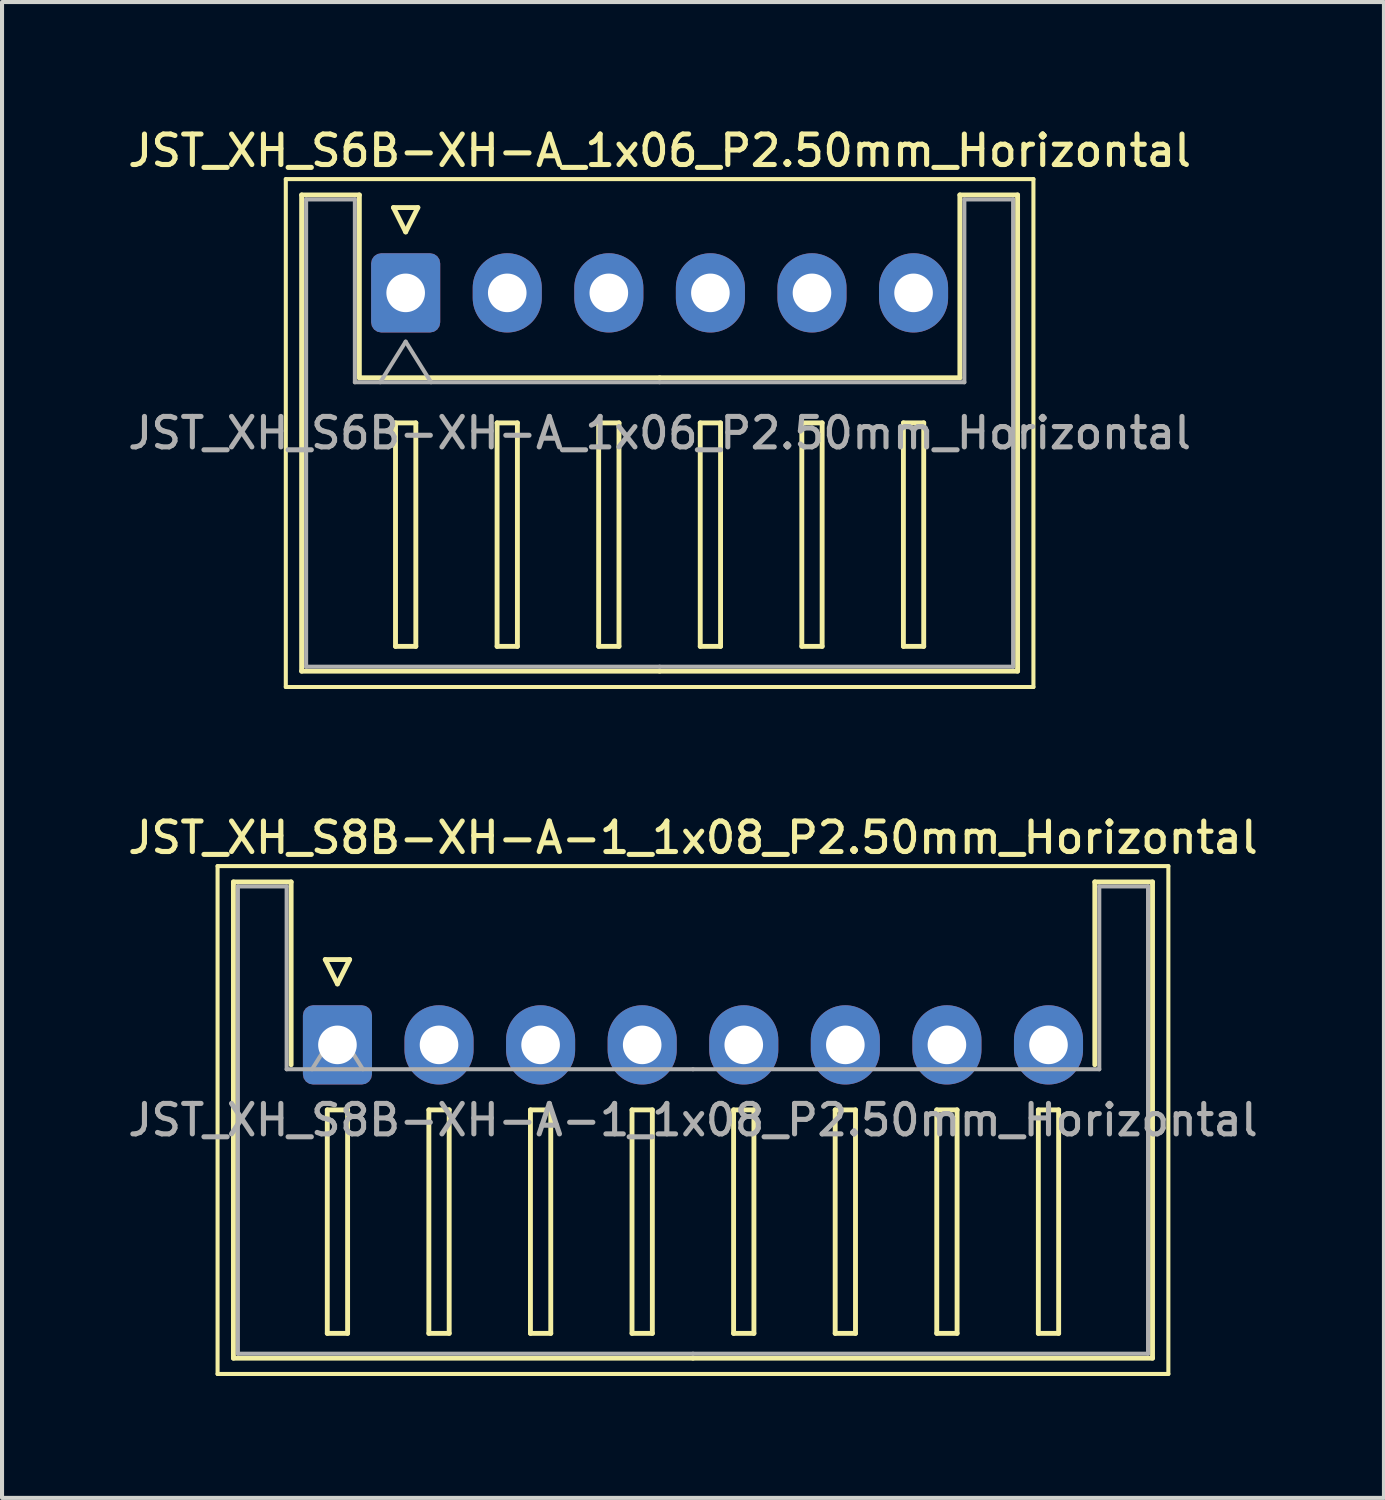
<source format=kicad_pcb>
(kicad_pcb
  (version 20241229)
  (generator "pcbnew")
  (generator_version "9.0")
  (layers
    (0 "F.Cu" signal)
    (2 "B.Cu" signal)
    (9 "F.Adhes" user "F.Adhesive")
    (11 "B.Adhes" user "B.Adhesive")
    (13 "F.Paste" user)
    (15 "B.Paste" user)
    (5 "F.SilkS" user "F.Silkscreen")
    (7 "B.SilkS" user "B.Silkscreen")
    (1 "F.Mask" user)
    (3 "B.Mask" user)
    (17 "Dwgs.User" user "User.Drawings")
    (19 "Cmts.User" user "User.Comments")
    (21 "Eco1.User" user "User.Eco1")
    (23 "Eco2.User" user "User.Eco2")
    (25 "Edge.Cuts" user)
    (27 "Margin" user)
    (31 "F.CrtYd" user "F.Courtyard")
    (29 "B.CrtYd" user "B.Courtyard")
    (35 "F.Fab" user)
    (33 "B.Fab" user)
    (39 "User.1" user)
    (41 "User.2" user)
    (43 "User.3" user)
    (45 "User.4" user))
  (footprint "JST_XH_S6B-XH-A_1x06_P2.50mm_Horizontal"
    (layer "F.Cu")
    (at 6.934 4.158)
    (property "Reference" "JST_XH_S6B-XH-A_1x06_P2.50mm_Horizontal" (at 6.25 -3.5 0) (layer "F.SilkS") (effects (font (size 0.75 0.75) (thickness 0.125))))
    (attr through_hole)
    (fp_line (start -2.95 -2.8) (end -2.95 9.7) (stroke (width 0.1) (type solid)) (layer "F.SilkS"))
    (fp_line (start -2.95 9.7) (end 15.45 9.7) (stroke (width 0.1) (type solid)) (layer "F.SilkS"))
    (fp_line (start -2.56 -2.41) (end -1.14 -2.41) (stroke (width 0.12) (type solid)) (layer "F.SilkS"))
    (fp_line (start -2.56 9.31) (end -2.56 -2.41) (stroke (width 0.12) (type solid)) (layer "F.SilkS"))
    (fp_line (start -1.14 -2.41) (end -1.14 2.09) (stroke (width 0.12) (type solid)) (layer "F.SilkS"))
    (fp_line (start -1.14 2.09) (end 6.25 2.09) (stroke (width 0.12) (type solid)) (layer "F.SilkS"))
    (fp_line (start -0.3 -2.1) (end 0.3 -2.1) (stroke (width 0.12) (type solid)) (layer "F.SilkS"))
    (fp_line (start -0.25 3.2) (end -0.25 8.7) (stroke (width 0.12) (type solid)) (layer "F.SilkS"))
    (fp_line (start -0.25 8.7) (end 0.25 8.7) (stroke (width 0.12) (type solid)) (layer "F.SilkS"))
    (fp_line (start 0 -1.5) (end -0.3 -2.1) (stroke (width 0.12) (type solid)) (layer "F.SilkS"))
    (fp_line (start 0.25 3.2) (end -0.25 3.2) (stroke (width 0.12) (type solid)) (layer "F.SilkS"))
    (fp_line (start 0.25 8.7) (end 0.25 3.2) (stroke (width 0.12) (type solid)) (layer "F.SilkS"))
    (fp_line (start 0.3 -2.1) (end 0 -1.5) (stroke (width 0.12) (type solid)) (layer "F.SilkS"))
    (fp_line (start 2.25 3.2) (end 2.25 8.7) (stroke (width 0.12) (type solid)) (layer "F.SilkS"))
    (fp_line (start 2.25 8.7) (end 2.75 8.7) (stroke (width 0.12) (type solid)) (layer "F.SilkS"))
    (fp_line (start 2.75 3.2) (end 2.25 3.2) (stroke (width 0.12) (type solid)) (layer "F.SilkS"))
    (fp_line (start 2.75 8.7) (end 2.75 3.2) (stroke (width 0.12) (type solid)) (layer "F.SilkS"))
    (fp_line (start 4.75 3.2) (end 4.75 8.7) (stroke (width 0.12) (type solid)) (layer "F.SilkS"))
    (fp_line (start 4.75 8.7) (end 5.25 8.7) (stroke (width 0.12) (type solid)) (layer "F.SilkS"))
    (fp_line (start 5.25 3.2) (end 4.75 3.2) (stroke (width 0.12) (type solid)) (layer "F.SilkS"))
    (fp_line (start 5.25 8.7) (end 5.25 3.2) (stroke (width 0.12) (type solid)) (layer "F.SilkS"))
    (fp_line (start 6.25 9.31) (end -2.56 9.31) (stroke (width 0.12) (type solid)) (layer "F.SilkS"))
    (fp_line (start 6.25 9.31) (end 15.06 9.31) (stroke (width 0.12) (type solid)) (layer "F.SilkS"))
    (fp_line (start 7.25 3.2) (end 7.25 8.7) (stroke (width 0.12) (type solid)) (layer "F.SilkS"))
    (fp_line (start 7.25 8.7) (end 7.75 8.7) (stroke (width 0.12) (type solid)) (layer "F.SilkS"))
    (fp_line (start 7.75 3.2) (end 7.25 3.2) (stroke (width 0.12) (type solid)) (layer "F.SilkS"))
    (fp_line (start 7.75 8.7) (end 7.75 3.2) (stroke (width 0.12) (type solid)) (layer "F.SilkS"))
    (fp_line (start 9.75 3.2) (end 9.75 8.7) (stroke (width 0.12) (type solid)) (layer "F.SilkS"))
    (fp_line (start 9.75 8.7) (end 10.25 8.7) (stroke (width 0.12) (type solid)) (layer "F.SilkS"))
    (fp_line (start 10.25 3.2) (end 9.75 3.2) (stroke (width 0.12) (type solid)) (layer "F.SilkS"))
    (fp_line (start 10.25 8.7) (end 10.25 3.2) (stroke (width 0.12) (type solid)) (layer "F.SilkS"))
    (fp_line (start 12.25 3.2) (end 12.25 8.7) (stroke (width 0.12) (type solid)) (layer "F.SilkS"))
    (fp_line (start 12.25 8.7) (end 12.75 8.7) (stroke (width 0.12) (type solid)) (layer "F.SilkS"))
    (fp_line (start 12.75 3.2) (end 12.25 3.2) (stroke (width 0.12) (type solid)) (layer "F.SilkS"))
    (fp_line (start 12.75 8.7) (end 12.75 3.2) (stroke (width 0.12) (type solid)) (layer "F.SilkS"))
    (fp_line (start 13.64 -2.41) (end 13.64 2.09) (stroke (width 0.12) (type solid)) (layer "F.SilkS"))
    (fp_line (start 13.64 2.09) (end 6.25 2.09) (stroke (width 0.12) (type solid)) (layer "F.SilkS"))
    (fp_line (start 15.06 -2.41) (end 13.64 -2.41) (stroke (width 0.12) (type solid)) (layer "F.SilkS"))
    (fp_line (start 15.06 9.31) (end 15.06 -2.41) (stroke (width 0.12) (type solid)) (layer "F.SilkS"))
    (fp_line (start 15.45 -2.8) (end -2.95 -2.8) (stroke (width 0.1) (type solid)) (layer "F.SilkS"))
    (fp_line (start 15.45 9.7) (end 15.45 -2.8) (stroke (width 0.1) (type solid)) (layer "F.SilkS"))
    (fp_line (start -2.45 -2.3) (end -1.25 -2.3) (stroke (width 0.1) (type solid)) (layer "F.Fab"))
    (fp_line (start -2.45 9.2) (end -2.45 -2.3) (stroke (width 0.1) (type solid)) (layer "F.Fab"))
    (fp_line (start -1.25 -2.3) (end -1.25 2.2) (stroke (width 0.1) (type solid)) (layer "F.Fab"))
    (fp_line (start -1.25 2.2) (end 6.25 2.2) (stroke (width 0.1) (type solid)) (layer "F.Fab"))
    (fp_line (start -0.625 2.2) (end 0 1.2) (stroke (width 0.1) (type solid)) (layer "F.Fab"))
    (fp_line (start 0 1.2) (end 0.625 2.2) (stroke (width 0.1) (type solid)) (layer "F.Fab"))
    (fp_line (start 6.25 9.2) (end -2.45 9.2) (stroke (width 0.1) (type solid)) (layer "F.Fab"))
    (fp_line (start 6.25 9.2) (end 14.95 9.2) (stroke (width 0.1) (type solid)) (layer "F.Fab"))
    (fp_line (start 13.75 -2.3) (end 13.75 2.2) (stroke (width 0.1) (type solid)) (layer "F.Fab"))
    (fp_line (start 13.75 2.2) (end 6.25 2.2) (stroke (width 0.1) (type solid)) (layer "F.Fab"))
    (fp_line (start 14.95 -2.3) (end 13.75 -2.3) (stroke (width 0.1) (type solid)) (layer "F.Fab"))
    (fp_line (start 14.95 9.2) (end 14.95 -2.3) (stroke (width 0.1) (type solid)) (layer "F.Fab"))
    (fp_text user "${REFERENCE}" (at 6.25 3.45 0) (layer "F.Fab") (effects (font (size 0.75 0.75) (thickness 0.125))))
    (pad "1" thru_hole roundrect (at 0 0) (size 1.7 1.95) (drill 0.95) (layers "*.Cu" "*.Mask") (roundrect_rratio 0.147))
    (pad "2" thru_hole oval (at 2.5 0) (size 1.7 1.95) (drill 0.95) (layers "*.Cu" "*.Mask"))
    (pad "3" thru_hole oval (at 5 0) (size 1.7 1.95) (drill 0.95) (layers "*.Cu" "*.Mask"))
    (pad "4" thru_hole oval (at 7.5 0) (size 1.7 1.95) (drill 0.95) (layers "*.Cu" "*.Mask"))
    (pad "5" thru_hole oval (at 10 0) (size 1.7 1.95) (drill 0.95) (layers "*.Cu" "*.Mask"))
    (pad "6" thru_hole oval (at 12.5 0) (size 1.7 1.95) (drill 0.95) (layers "*.Cu" "*.Mask")))
  (footprint "JST_XH_S8B-XH-A-1_1x08_P2.50mm_Horizontal"
    (layer "F.Cu")
    (at 5.255 22.666)
    (property "Reference" "JST_XH_S8B-XH-A-1_1x08_P2.50mm_Horizontal" (at 8.75 -5.1 0) (layer "F.SilkS") (effects (font (size 0.75 0.75) (thickness 0.125))))
    (attr through_hole)
    (fp_line (start -2.95 -4.4) (end -2.95 8.1) (stroke (width 0.1) (type solid)) (layer "F.SilkS"))
    (fp_line (start -2.95 8.1) (end 20.45 8.1) (stroke (width 0.1) (type solid)) (layer "F.SilkS"))
    (fp_line (start -2.56 -4.01) (end -1.14 -4.01) (stroke (width 0.12) (type solid)) (layer "F.SilkS"))
    (fp_line (start -2.56 7.71) (end -2.56 -4.01) (stroke (width 0.12) (type solid)) (layer "F.SilkS"))
    (fp_line (start -1.14 -4.01) (end -1.14 0.49) (stroke (width 0.12) (type solid)) (layer "F.SilkS"))
    (fp_line (start -0.3 -2.1) (end 0.3 -2.1) (stroke (width 0.12) (type solid)) (layer "F.SilkS"))
    (fp_line (start -0.25 1.6) (end -0.25 7.1) (stroke (width 0.12) (type solid)) (layer "F.SilkS"))
    (fp_line (start -0.25 7.1) (end 0.25 7.1) (stroke (width 0.12) (type solid)) (layer "F.SilkS"))
    (fp_line (start 0 -1.5) (end -0.3 -2.1) (stroke (width 0.12) (type solid)) (layer "F.SilkS"))
    (fp_line (start 0.25 1.6) (end -0.25 1.6) (stroke (width 0.12) (type solid)) (layer "F.SilkS"))
    (fp_line (start 0.25 7.1) (end 0.25 1.6) (stroke (width 0.12) (type solid)) (layer "F.SilkS"))
    (fp_line (start 0.3 -2.1) (end 0 -1.5) (stroke (width 0.12) (type solid)) (layer "F.SilkS"))
    (fp_line (start 2.25 1.6) (end 2.25 7.1) (stroke (width 0.12) (type solid)) (layer "F.SilkS"))
    (fp_line (start 2.25 7.1) (end 2.75 7.1) (stroke (width 0.12) (type solid)) (layer "F.SilkS"))
    (fp_line (start 2.75 1.6) (end 2.25 1.6) (stroke (width 0.12) (type solid)) (layer "F.SilkS"))
    (fp_line (start 2.75 7.1) (end 2.75 1.6) (stroke (width 0.12) (type solid)) (layer "F.SilkS"))
    (fp_line (start 4.75 1.6) (end 4.75 7.1) (stroke (width 0.12) (type solid)) (layer "F.SilkS"))
    (fp_line (start 4.75 7.1) (end 5.25 7.1) (stroke (width 0.12) (type solid)) (layer "F.SilkS"))
    (fp_line (start 5.25 1.6) (end 4.75 1.6) (stroke (width 0.12) (type solid)) (layer "F.SilkS"))
    (fp_line (start 5.25 7.1) (end 5.25 1.6) (stroke (width 0.12) (type solid)) (layer "F.SilkS"))
    (fp_line (start 7.25 1.6) (end 7.25 7.1) (stroke (width 0.12) (type solid)) (layer "F.SilkS"))
    (fp_line (start 7.25 7.1) (end 7.75 7.1) (stroke (width 0.12) (type solid)) (layer "F.SilkS"))
    (fp_line (start 7.75 1.6) (end 7.25 1.6) (stroke (width 0.12) (type solid)) (layer "F.SilkS"))
    (fp_line (start 7.75 7.1) (end 7.75 1.6) (stroke (width 0.12) (type solid)) (layer "F.SilkS"))
    (fp_line (start 8.75 7.71) (end -2.56 7.71) (stroke (width 0.12) (type solid)) (layer "F.SilkS"))
    (fp_line (start 8.75 7.71) (end 20.06 7.71) (stroke (width 0.12) (type solid)) (layer "F.SilkS"))
    (fp_line (start 9.75 1.6) (end 9.75 7.1) (stroke (width 0.12) (type solid)) (layer "F.SilkS"))
    (fp_line (start 9.75 7.1) (end 10.25 7.1) (stroke (width 0.12) (type solid)) (layer "F.SilkS"))
    (fp_line (start 10.25 1.6) (end 9.75 1.6) (stroke (width 0.12) (type solid)) (layer "F.SilkS"))
    (fp_line (start 10.25 7.1) (end 10.25 1.6) (stroke (width 0.12) (type solid)) (layer "F.SilkS"))
    (fp_line (start 12.25 1.6) (end 12.25 7.1) (stroke (width 0.12) (type solid)) (layer "F.SilkS"))
    (fp_line (start 12.25 7.1) (end 12.75 7.1) (stroke (width 0.12) (type solid)) (layer "F.SilkS"))
    (fp_line (start 12.75 1.6) (end 12.25 1.6) (stroke (width 0.12) (type solid)) (layer "F.SilkS"))
    (fp_line (start 12.75 7.1) (end 12.75 1.6) (stroke (width 0.12) (type solid)) (layer "F.SilkS"))
    (fp_line (start 14.75 1.6) (end 14.75 7.1) (stroke (width 0.12) (type solid)) (layer "F.SilkS"))
    (fp_line (start 14.75 7.1) (end 15.25 7.1) (stroke (width 0.12) (type solid)) (layer "F.SilkS"))
    (fp_line (start 15.25 1.6) (end 14.75 1.6) (stroke (width 0.12) (type solid)) (layer "F.SilkS"))
    (fp_line (start 15.25 7.1) (end 15.25 1.6) (stroke (width 0.12) (type solid)) (layer "F.SilkS"))
    (fp_line (start 17.25 1.6) (end 17.25 7.1) (stroke (width 0.12) (type solid)) (layer "F.SilkS"))
    (fp_line (start 17.25 7.1) (end 17.75 7.1) (stroke (width 0.12) (type solid)) (layer "F.SilkS"))
    (fp_line (start 17.75 1.6) (end 17.25 1.6) (stroke (width 0.12) (type solid)) (layer "F.SilkS"))
    (fp_line (start 17.75 7.1) (end 17.75 1.6) (stroke (width 0.12) (type solid)) (layer "F.SilkS"))
    (fp_line (start 18.64 -4.01) (end 18.64 0.49) (stroke (width 0.12) (type solid)) (layer "F.SilkS"))
    (fp_line (start 20.06 -4.01) (end 18.64 -4.01) (stroke (width 0.12) (type solid)) (layer "F.SilkS"))
    (fp_line (start 20.06 7.71) (end 20.06 -4.01) (stroke (width 0.12) (type solid)) (layer "F.SilkS"))
    (fp_line (start 20.45 -4.4) (end -2.95 -4.4) (stroke (width 0.1) (type solid)) (layer "F.SilkS"))
    (fp_line (start 20.45 8.1) (end 20.45 -4.4) (stroke (width 0.1) (type solid)) (layer "F.SilkS"))
    (fp_line (start -2.45 -3.9) (end -1.25 -3.9) (stroke (width 0.1) (type solid)) (layer "F.Fab"))
    (fp_line (start -2.45 7.6) (end -2.45 -3.9) (stroke (width 0.1) (type solid)) (layer "F.Fab"))
    (fp_line (start -1.25 -3.9) (end -1.25 0.6) (stroke (width 0.1) (type solid)) (layer "F.Fab"))
    (fp_line (start -1.25 0.6) (end 8.75 0.6) (stroke (width 0.1) (type solid)) (layer "F.Fab"))
    (fp_line (start -0.625 0.6) (end 0 -0.4) (stroke (width 0.1) (type solid)) (layer "F.Fab"))
    (fp_line (start 0 -0.4) (end 0.625 0.6) (stroke (width 0.1) (type solid)) (layer "F.Fab"))
    (fp_line (start 8.75 7.6) (end -2.45 7.6) (stroke (width 0.1) (type solid)) (layer "F.Fab"))
    (fp_line (start 8.75 7.6) (end 19.95 7.6) (stroke (width 0.1) (type solid)) (layer "F.Fab"))
    (fp_line (start 18.75 -3.9) (end 18.75 0.6) (stroke (width 0.1) (type solid)) (layer "F.Fab"))
    (fp_line (start 18.75 0.6) (end 8.75 0.6) (stroke (width 0.1) (type solid)) (layer "F.Fab"))
    (fp_line (start 19.95 -3.9) (end 18.75 -3.9) (stroke (width 0.1) (type solid)) (layer "F.Fab"))
    (fp_line (start 19.95 7.6) (end 19.95 -3.9) (stroke (width 0.1) (type solid)) (layer "F.Fab"))
    (fp_text user "${REFERENCE}" (at 8.75 1.85 0) (layer "F.Fab") (effects (font (size 0.75 0.75) (thickness 0.125))))
    (pad "1" thru_hole roundrect (at 0 0) (size 1.7 1.95) (drill 0.95) (layers "*.Cu" "*.Mask") (roundrect_rratio 0.147))
    (pad "2" thru_hole oval (at 2.5 0) (size 1.7 1.95) (drill 0.95) (layers "*.Cu" "*.Mask"))
    (pad "3" thru_hole oval (at 5 0) (size 1.7 1.95) (drill 0.95) (layers "*.Cu" "*.Mask"))
    (pad "4" thru_hole oval (at 7.5 0) (size 1.7 1.95) (drill 0.95) (layers "*.Cu" "*.Mask"))
    (pad "5" thru_hole oval (at 10 0) (size 1.7 1.95) (drill 0.95) (layers "*.Cu" "*.Mask"))
    (pad "6" thru_hole oval (at 12.5 0) (size 1.7 1.95) (drill 0.95) (layers "*.Cu" "*.Mask"))
    (pad "7" thru_hole oval (at 15 0) (size 1.7 1.95) (drill 0.95) (layers "*.Cu" "*.Mask"))
    (pad "8" thru_hole oval (at 17.5 0) (size 1.7 1.95) (drill 0.95) (layers "*.Cu" "*.Mask")))
  (gr_rect
    (start -3 -3)
    (end 31.011 33.816)
    (stroke (width 0.1) (type default))
    (fill no)
    (layer "Edge.Cuts")))
</source>
